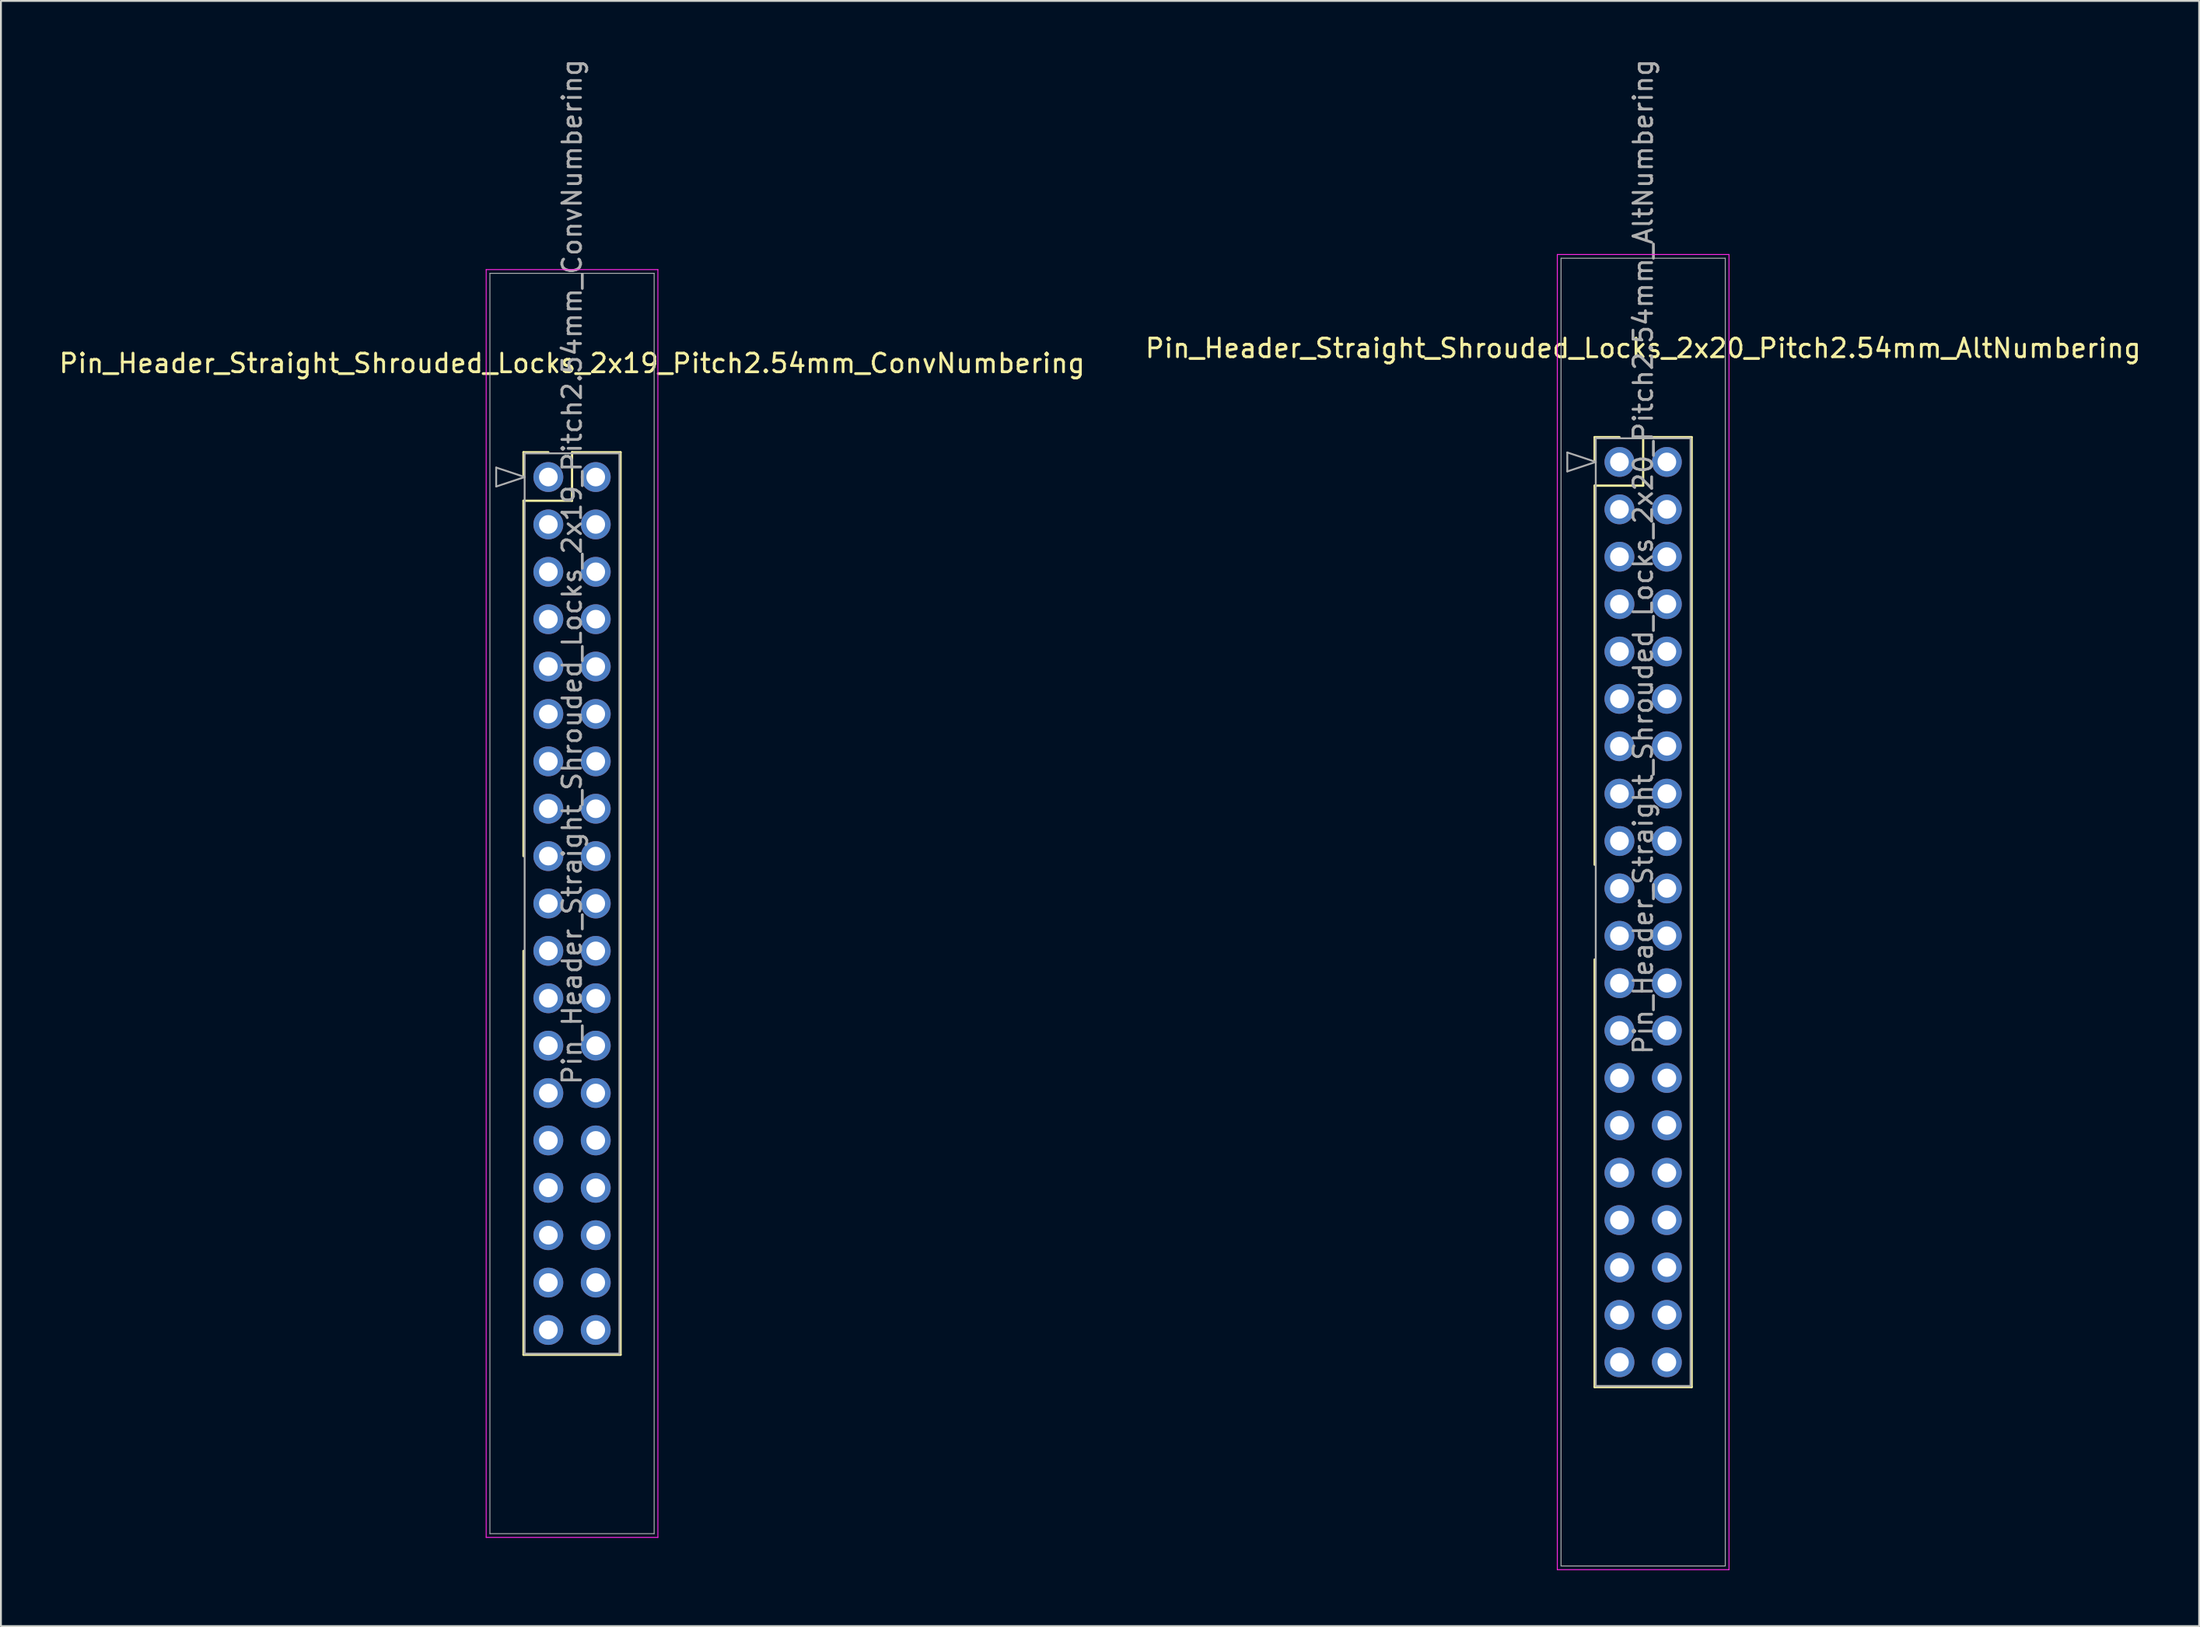
<source format=kicad_pcb>
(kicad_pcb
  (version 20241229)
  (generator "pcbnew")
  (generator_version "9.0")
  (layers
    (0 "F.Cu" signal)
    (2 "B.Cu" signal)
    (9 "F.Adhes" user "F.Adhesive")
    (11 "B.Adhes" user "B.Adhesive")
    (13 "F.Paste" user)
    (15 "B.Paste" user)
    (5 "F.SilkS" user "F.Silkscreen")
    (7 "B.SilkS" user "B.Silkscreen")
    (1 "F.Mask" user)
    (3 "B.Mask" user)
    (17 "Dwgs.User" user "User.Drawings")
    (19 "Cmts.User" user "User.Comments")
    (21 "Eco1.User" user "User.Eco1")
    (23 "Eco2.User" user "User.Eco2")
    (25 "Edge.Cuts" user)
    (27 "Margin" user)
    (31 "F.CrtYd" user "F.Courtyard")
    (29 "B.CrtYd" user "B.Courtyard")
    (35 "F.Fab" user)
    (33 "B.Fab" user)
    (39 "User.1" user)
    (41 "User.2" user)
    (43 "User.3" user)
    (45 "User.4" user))
  (footprint "Pin_Header_Straight_Shrouded_Locks_2x19_Pitch2.54mm_ConvNumbering"
    (layer "F.Cu")
    (at 26.331 22.521)
    (property "Reference" "Pin_Header_Straight_Shrouded_Locks_2x19_Pitch2.54mm_ConvNumbering" (at 1.27 -6.096 0) (layer "F.SilkS") (effects (font (size 1 1) (thickness 0.15))))
    (attr through_hole)
    (fp_line (start -1.33 -1.33) (end 0 -1.33) (stroke (width 0.12) (type solid)) (layer "F.SilkS"))
    (fp_line (start -1.33 0) (end -1.33 -1.33) (stroke (width 0.12) (type solid)) (layer "F.SilkS"))
    (fp_line (start -1.33 1.27) (end -1.33 20.32) (stroke (width 0.12) (type solid)) (layer "F.SilkS"))
    (fp_line (start -1.33 1.27) (end 1.27 1.27) (stroke (width 0.12) (type solid)) (layer "F.SilkS"))
    (fp_line (start -1.33 25.4) (end -1.33 47.05) (stroke (width 0.12) (type solid)) (layer "F.SilkS"))
    (fp_line (start -1.33 47.05) (end 3.87 47.05) (stroke (width 0.12) (type solid)) (layer "F.SilkS"))
    (fp_line (start 1.27 -1.33) (end 3.87 -1.33) (stroke (width 0.12) (type solid)) (layer "F.SilkS"))
    (fp_line (start 1.27 1.27) (end 1.27 -1.33) (stroke (width 0.12) (type solid)) (layer "F.SilkS"))
    (fp_line (start 3.87 -1.33) (end 3.87 47.05) (stroke (width 0.12) (type solid)) (layer "F.SilkS"))
    (fp_line (start -3.33 -11.12) (end -3.33 56.84) (stroke (width 0.05) (type solid)) (layer "F.CrtYd"))
    (fp_line (start -3.33 56.84) (end 5.87 56.84) (stroke (width 0.05) (type solid)) (layer "F.CrtYd"))
    (fp_line (start 5.87 -11.12) (end -3.33 -11.12) (stroke (width 0.05) (type solid)) (layer "F.CrtYd"))
    (fp_line (start 5.87 56.84) (end 5.87 -11.12) (stroke (width 0.05) (type solid)) (layer "F.CrtYd"))
    (fp_line (start -3.13 -10.92) (end -3.13 56.64) (stroke (width 0.05) (type solid)) (layer "F.Fab"))
    (fp_line (start -3.13 56.64) (end 5.67 56.64) (stroke (width 0.05) (type solid)) (layer "F.Fab"))
    (fp_line (start -2.794 -0.508) (end -1.27 0) (stroke (width 0.1) (type solid)) (layer "F.Fab"))
    (fp_line (start -2.794 0.508) (end -2.794 -0.508) (stroke (width 0.1) (type solid)) (layer "F.Fab"))
    (fp_line (start -1.27 -1.27) (end -1.27 46.99) (stroke (width 0.1) (type solid)) (layer "F.Fab"))
    (fp_line (start -1.27 0) (end -2.794 0.508) (stroke (width 0.1) (type solid)) (layer "F.Fab"))
    (fp_line (start -1.27 46.99) (end 3.81 46.99) (stroke (width 0.1) (type solid)) (layer "F.Fab"))
    (fp_line (start 3.81 -1.27) (end -1.27 -1.27) (stroke (width 0.1) (type solid)) (layer "F.Fab"))
    (fp_line (start 3.81 46.99) (end 3.81 -1.27) (stroke (width 0.1) (type solid)) (layer "F.Fab"))
    (fp_line (start 5.67 -10.92) (end -3.13 -10.92) (stroke (width 0.05) (type solid)) (layer "F.Fab"))
    (fp_line (start 5.67 56.64) (end 5.67 -10.92) (stroke (width 0.05) (type solid)) (layer "F.Fab"))
    (fp_text user "${REFERENCE}" (at 1.27 5.08 90) (layer "F.Fab") (effects (font (size 1 1) (thickness 0.15))))
    (pad "1" thru_hole oval (at 0 0) (size 1.6 1.6) (drill 1) (layers "*.Cu" "*.Mask"))
    (pad "2" thru_hole oval (at 2.54 0) (size 1.6 1.6) (drill 1) (layers "*.Cu" "*.Mask"))
    (pad "3" thru_hole oval (at 0 2.54) (size 1.6 1.6) (drill 1) (layers "*.Cu" "*.Mask"))
    (pad "4" thru_hole oval (at 2.54 2.54) (size 1.6 1.6) (drill 1) (layers "*.Cu" "*.Mask"))
    (pad "5" thru_hole oval (at 0 5.08) (size 1.6 1.6) (drill 1) (layers "*.Cu" "*.Mask"))
    (pad "6" thru_hole oval (at 2.54 5.08) (size 1.6 1.6) (drill 1) (layers "*.Cu" "*.Mask"))
    (pad "7" thru_hole oval (at 0 7.62) (size 1.6 1.6) (drill 1) (layers "*.Cu" "*.Mask"))
    (pad "8" thru_hole oval (at 2.54 7.62) (size 1.6 1.6) (drill 1) (layers "*.Cu" "*.Mask"))
    (pad "9" thru_hole oval (at 0 10.16) (size 1.6 1.6) (drill 1) (layers "*.Cu" "*.Mask"))
    (pad "10" thru_hole oval (at 2.54 10.16) (size 1.6 1.6) (drill 1) (layers "*.Cu" "*.Mask"))
    (pad "11" thru_hole oval (at 0 12.7) (size 1.6 1.6) (drill 1) (layers "*.Cu" "*.Mask"))
    (pad "12" thru_hole oval (at 2.54 12.7) (size 1.6 1.6) (drill 1) (layers "*.Cu" "*.Mask"))
    (pad "13" thru_hole oval (at 0 15.24) (size 1.6 1.6) (drill 1) (layers "*.Cu" "*.Mask"))
    (pad "14" thru_hole oval (at 2.54 15.24) (size 1.6 1.6) (drill 1) (layers "*.Cu" "*.Mask"))
    (pad "15" thru_hole oval (at 0 17.78) (size 1.6 1.6) (drill 1) (layers "*.Cu" "*.Mask"))
    (pad "16" thru_hole oval (at 2.54 17.78) (size 1.6 1.6) (drill 1) (layers "*.Cu" "*.Mask"))
    (pad "17" thru_hole oval (at 0 20.32) (size 1.6 1.6) (drill 1) (layers "*.Cu" "*.Mask"))
    (pad "18" thru_hole oval (at 2.54 20.32) (size 1.6 1.6) (drill 1) (layers "*.Cu" "*.Mask"))
    (pad "19" thru_hole oval (at 0 22.86) (size 1.6 1.6) (drill 1) (layers "*.Cu" "*.Mask"))
    (pad "20" thru_hole oval (at 2.54 22.86) (size 1.6 1.6) (drill 1) (layers "*.Cu" "*.Mask"))
    (pad "21" thru_hole oval (at 0 25.4) (size 1.6 1.6) (drill 1) (layers "*.Cu" "*.Mask"))
    (pad "22" thru_hole oval (at 2.54 25.4) (size 1.6 1.6) (drill 1) (layers "*.Cu" "*.Mask"))
    (pad "23" thru_hole oval (at 0 27.94) (size 1.6 1.6) (drill 1) (layers "*.Cu" "*.Mask"))
    (pad "24" thru_hole oval (at 2.54 27.94) (size 1.6 1.6) (drill 1) (layers "*.Cu" "*.Mask"))
    (pad "25" thru_hole oval (at 0 30.48) (size 1.6 1.6) (drill 1) (layers "*.Cu" "*.Mask"))
    (pad "26" thru_hole oval (at 2.54 30.48) (size 1.6 1.6) (drill 1) (layers "*.Cu" "*.Mask"))
    (pad "27" thru_hole oval (at 0 33.02) (size 1.6 1.6) (drill 1) (layers "*.Cu" "*.Mask"))
    (pad "28" thru_hole oval (at 2.54 33.02) (size 1.6 1.6) (drill 1) (layers "*.Cu" "*.Mask"))
    (pad "29" thru_hole oval (at 0 35.56) (size 1.6 1.6) (drill 1) (layers "*.Cu" "*.Mask"))
    (pad "30" thru_hole oval (at 2.54 35.56) (size 1.6 1.6) (drill 1) (layers "*.Cu" "*.Mask"))
    (pad "31" thru_hole oval (at 0 38.1) (size 1.6 1.6) (drill 1) (layers "*.Cu" "*.Mask"))
    (pad "32" thru_hole oval (at 2.54 38.1) (size 1.6 1.6) (drill 1) (layers "*.Cu" "*.Mask"))
    (pad "33" thru_hole oval (at 0 40.64) (size 1.6 1.6) (drill 1) (layers "*.Cu" "*.Mask"))
    (pad "34" thru_hole oval (at 2.54 40.64) (size 1.6 1.6) (drill 1) (layers "*.Cu" "*.Mask"))
    (pad "35" thru_hole oval (at 0 43.18) (size 1.6 1.6) (drill 1) (layers "*.Cu" "*.Mask"))
    (pad "36" thru_hole oval (at 2.54 43.18) (size 1.6 1.6) (drill 1) (layers "*.Cu" "*.Mask"))
    (pad "37" thru_hole oval (at 0 45.72) (size 1.6 1.6) (drill 1) (layers "*.Cu" "*.Mask"))
    (pad "38" thru_hole oval (at 2.54 45.72) (size 1.6 1.6) (drill 1) (layers "*.Cu" "*.Mask")))
  (footprint "Pin_Header_Straight_Shrouded_Locks_2x20_Pitch2.54mm_AltNumbering"
    (layer "F.Cu")
    (at 83.724 21.712)
    (property "Reference" "Pin_Header_Straight_Shrouded_Locks_2x20_Pitch2.54mm_AltNumbering" (at 1.27 -6.096 0) (layer "F.SilkS") (effects (font (size 1 1) (thickness 0.15))))
    (attr through_hole)
    (fp_line (start -1.33 -1.33) (end 0 -1.33) (stroke (width 0.12) (type solid)) (layer "F.SilkS"))
    (fp_line (start -1.33 0) (end -1.33 -1.33) (stroke (width 0.12) (type solid)) (layer "F.SilkS"))
    (fp_line (start -1.33 1.27) (end -1.33 21.59) (stroke (width 0.12) (type solid)) (layer "F.SilkS"))
    (fp_line (start -1.33 1.27) (end 1.27 1.27) (stroke (width 0.12) (type solid)) (layer "F.SilkS"))
    (fp_line (start -1.33 26.67) (end -1.33 49.59) (stroke (width 0.12) (type solid)) (layer "F.SilkS"))
    (fp_line (start -1.33 49.59) (end 3.87 49.59) (stroke (width 0.12) (type solid)) (layer "F.SilkS"))
    (fp_line (start 1.27 -1.33) (end 3.87 -1.33) (stroke (width 0.12) (type solid)) (layer "F.SilkS"))
    (fp_line (start 1.27 1.27) (end 1.27 -1.33) (stroke (width 0.12) (type solid)) (layer "F.SilkS"))
    (fp_line (start 3.87 -1.33) (end 3.87 49.59) (stroke (width 0.12) (type solid)) (layer "F.SilkS"))
    (fp_line (start -3.33 -11.12) (end -3.33 59.38) (stroke (width 0.05) (type solid)) (layer "F.CrtYd"))
    (fp_line (start -3.33 59.38) (end 5.87 59.38) (stroke (width 0.05) (type solid)) (layer "F.CrtYd"))
    (fp_line (start 5.87 -11.12) (end -3.33 -11.12) (stroke (width 0.05) (type solid)) (layer "F.CrtYd"))
    (fp_line (start 5.87 59.38) (end 5.87 -11.12) (stroke (width 0.05) (type solid)) (layer "F.CrtYd"))
    (fp_line (start -3.13 -10.92) (end -3.13 59.18) (stroke (width 0.05) (type solid)) (layer "F.Fab"))
    (fp_line (start -3.13 59.18) (end 5.67 59.18) (stroke (width 0.05) (type solid)) (layer "F.Fab"))
    (fp_line (start -2.794 -0.508) (end -1.27 0) (stroke (width 0.1) (type solid)) (layer "F.Fab"))
    (fp_line (start -2.794 0.508) (end -2.794 -0.508) (stroke (width 0.1) (type solid)) (layer "F.Fab"))
    (fp_line (start -1.27 -1.27) (end -1.27 49.53) (stroke (width 0.1) (type solid)) (layer "F.Fab"))
    (fp_line (start -1.27 0) (end -2.794 0.508) (stroke (width 0.1) (type solid)) (layer "F.Fab"))
    (fp_line (start -1.27 49.53) (end 3.81 49.53) (stroke (width 0.1) (type solid)) (layer "F.Fab"))
    (fp_line (start 3.81 -1.27) (end -1.27 -1.27) (stroke (width 0.1) (type solid)) (layer "F.Fab"))
    (fp_line (start 3.81 49.53) (end 3.81 -1.27) (stroke (width 0.1) (type solid)) (layer "F.Fab"))
    (fp_line (start 5.67 -10.92) (end -3.13 -10.92) (stroke (width 0.05) (type solid)) (layer "F.Fab"))
    (fp_line (start 5.67 59.18) (end 5.67 -10.92) (stroke (width 0.05) (type solid)) (layer "F.Fab"))
    (fp_text user "${REFERENCE}" (at 1.27 5.08 90) (layer "F.Fab") (effects (font (size 1 1) (thickness 0.15))))
    (pad "1" thru_hole oval (at 0 0) (size 1.6 1.6) (drill 1) (layers "*.Cu" "*.Mask"))
    (pad "2" thru_hole oval (at 0 2.54) (size 1.6 1.6) (drill 1) (layers "*.Cu" "*.Mask"))
    (pad "3" thru_hole oval (at 0 5.08) (size 1.6 1.6) (drill 1) (layers "*.Cu" "*.Mask"))
    (pad "4" thru_hole oval (at 0 7.62) (size 1.6 1.6) (drill 1) (layers "*.Cu" "*.Mask"))
    (pad "5" thru_hole oval (at 0 10.16) (size 1.6 1.6) (drill 1) (layers "*.Cu" "*.Mask"))
    (pad "6" thru_hole oval (at 0 12.7) (size 1.6 1.6) (drill 1) (layers "*.Cu" "*.Mask"))
    (pad "7" thru_hole oval (at 0 15.24) (size 1.6 1.6) (drill 1) (layers "*.Cu" "*.Mask"))
    (pad "8" thru_hole oval (at 0 17.78) (size 1.6 1.6) (drill 1) (layers "*.Cu" "*.Mask"))
    (pad "9" thru_hole oval (at 0 20.32) (size 1.6 1.6) (drill 1) (layers "*.Cu" "*.Mask"))
    (pad "10" thru_hole oval (at 0 22.86) (size 1.6 1.6) (drill 1) (layers "*.Cu" "*.Mask"))
    (pad "11" thru_hole oval (at 0 25.4) (size 1.6 1.6) (drill 1) (layers "*.Cu" "*.Mask"))
    (pad "12" thru_hole oval (at 0 27.94) (size 1.6 1.6) (drill 1) (layers "*.Cu" "*.Mask"))
    (pad "13" thru_hole oval (at 0 30.48) (size 1.6 1.6) (drill 1) (layers "*.Cu" "*.Mask"))
    (pad "14" thru_hole oval (at 0 33.02) (size 1.6 1.6) (drill 1) (layers "*.Cu" "*.Mask"))
    (pad "15" thru_hole oval (at 0 35.56) (size 1.6 1.6) (drill 1) (layers "*.Cu" "*.Mask"))
    (pad "16" thru_hole oval (at 0 38.1) (size 1.6 1.6) (drill 1) (layers "*.Cu" "*.Mask"))
    (pad "17" thru_hole oval (at 0 40.64) (size 1.6 1.6) (drill 1) (layers "*.Cu" "*.Mask"))
    (pad "18" thru_hole oval (at 0 43.18) (size 1.6 1.6) (drill 1) (layers "*.Cu" "*.Mask"))
    (pad "19" thru_hole oval (at 0 45.72) (size 1.6 1.6) (drill 1) (layers "*.Cu" "*.Mask"))
    (pad "20" thru_hole oval (at 0 48.26) (size 1.6 1.6) (drill 1) (layers "*.Cu" "*.Mask"))
    (pad "21" thru_hole oval (at 2.54 0) (size 1.6 1.6) (drill 1) (layers "*.Cu" "*.Mask"))
    (pad "22" thru_hole oval (at 2.54 2.54) (size 1.6 1.6) (drill 1) (layers "*.Cu" "*.Mask"))
    (pad "23" thru_hole oval (at 2.54 5.08) (size 1.6 1.6) (drill 1) (layers "*.Cu" "*.Mask"))
    (pad "24" thru_hole oval (at 2.54 7.62) (size 1.6 1.6) (drill 1) (layers "*.Cu" "*.Mask"))
    (pad "25" thru_hole oval (at 2.54 10.16) (size 1.6 1.6) (drill 1) (layers "*.Cu" "*.Mask"))
    (pad "26" thru_hole oval (at 2.54 12.7) (size 1.6 1.6) (drill 1) (layers "*.Cu" "*.Mask"))
    (pad "27" thru_hole oval (at 2.54 15.24) (size 1.6 1.6) (drill 1) (layers "*.Cu" "*.Mask"))
    (pad "28" thru_hole oval (at 2.54 17.78) (size 1.6 1.6) (drill 1) (layers "*.Cu" "*.Mask"))
    (pad "29" thru_hole oval (at 2.54 20.32) (size 1.6 1.6) (drill 1) (layers "*.Cu" "*.Mask"))
    (pad "30" thru_hole oval (at 2.54 22.86) (size 1.6 1.6) (drill 1) (layers "*.Cu" "*.Mask"))
    (pad "31" thru_hole oval (at 2.54 25.4) (size 1.6 1.6) (drill 1) (layers "*.Cu" "*.Mask"))
    (pad "32" thru_hole oval (at 2.54 27.94) (size 1.6 1.6) (drill 1) (layers "*.Cu" "*.Mask"))
    (pad "33" thru_hole oval (at 2.54 30.48) (size 1.6 1.6) (drill 1) (layers "*.Cu" "*.Mask"))
    (pad "34" thru_hole oval (at 2.54 33.02) (size 1.6 1.6) (drill 1) (layers "*.Cu" "*.Mask"))
    (pad "35" thru_hole oval (at 2.54 35.56) (size 1.6 1.6) (drill 1) (layers "*.Cu" "*.Mask"))
    (pad "36" thru_hole oval (at 2.54 38.1) (size 1.6 1.6) (drill 1) (layers "*.Cu" "*.Mask"))
    (pad "37" thru_hole oval (at 2.54 40.64) (size 1.6 1.6) (drill 1) (layers "*.Cu" "*.Mask"))
    (pad "38" thru_hole oval (at 2.54 43.18) (size 1.6 1.6) (drill 1) (layers "*.Cu" "*.Mask"))
    (pad "39" thru_hole oval (at 2.54 45.72) (size 1.6 1.6) (drill 1) (layers "*.Cu" "*.Mask"))
    (pad "40" thru_hole oval (at 2.54 48.26) (size 1.6 1.6) (drill 1) (layers "*.Cu" "*.Mask")))
  (gr_rect
    (start -3 -3)
    (end 114.786 84.117)
    (stroke (width 0.1) (type default))
    (fill no)
    (layer "Edge.Cuts")))
</source>
